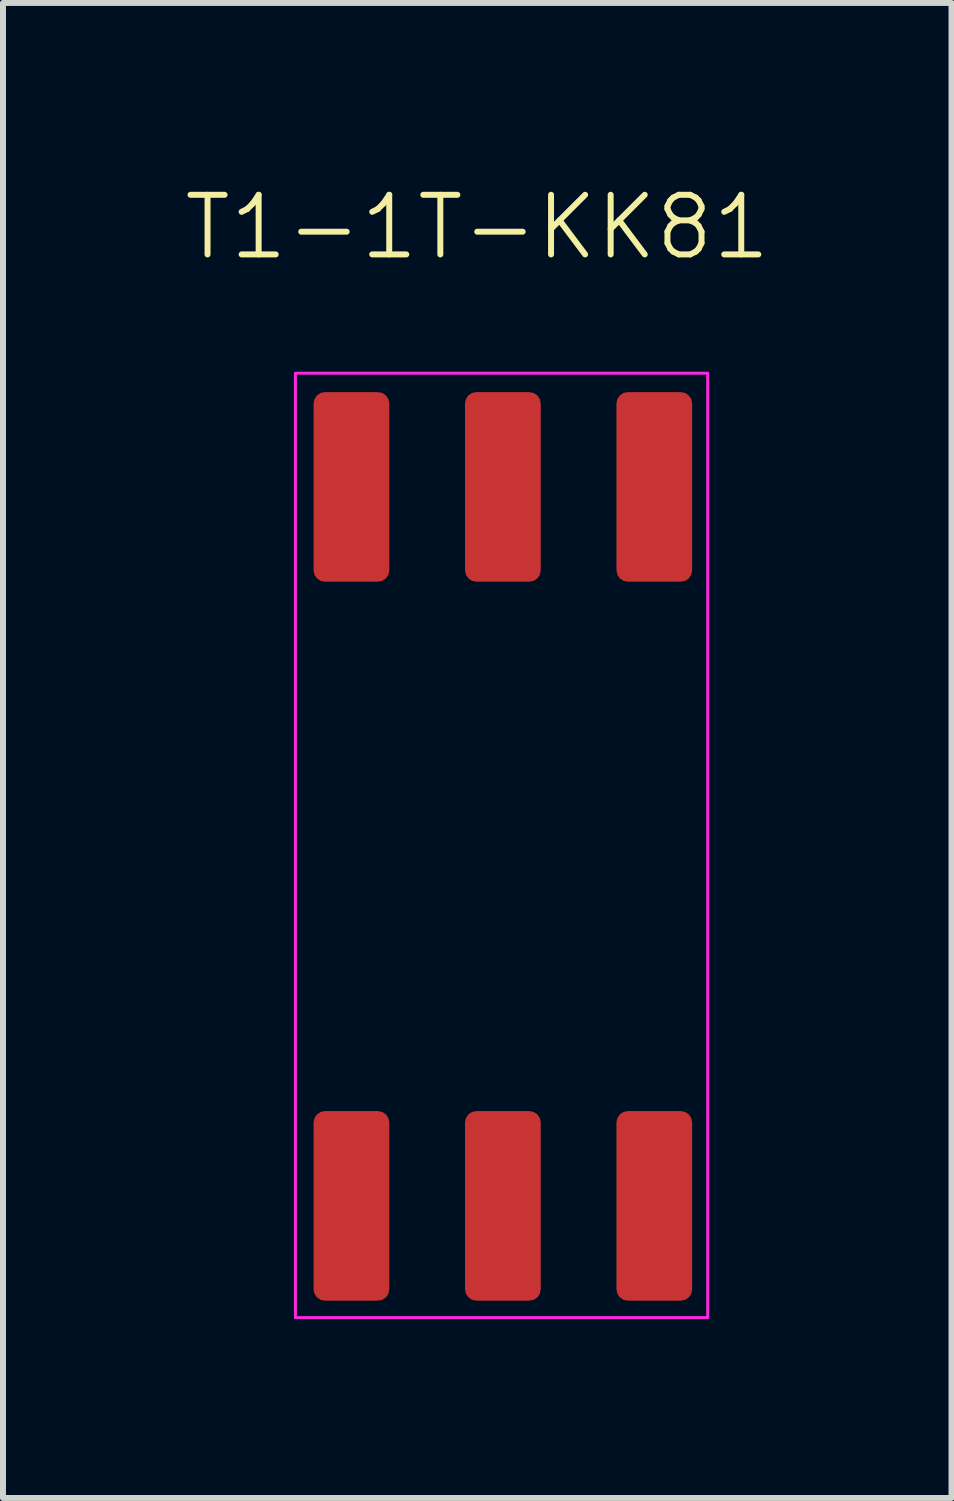
<source format=kicad_pcb>
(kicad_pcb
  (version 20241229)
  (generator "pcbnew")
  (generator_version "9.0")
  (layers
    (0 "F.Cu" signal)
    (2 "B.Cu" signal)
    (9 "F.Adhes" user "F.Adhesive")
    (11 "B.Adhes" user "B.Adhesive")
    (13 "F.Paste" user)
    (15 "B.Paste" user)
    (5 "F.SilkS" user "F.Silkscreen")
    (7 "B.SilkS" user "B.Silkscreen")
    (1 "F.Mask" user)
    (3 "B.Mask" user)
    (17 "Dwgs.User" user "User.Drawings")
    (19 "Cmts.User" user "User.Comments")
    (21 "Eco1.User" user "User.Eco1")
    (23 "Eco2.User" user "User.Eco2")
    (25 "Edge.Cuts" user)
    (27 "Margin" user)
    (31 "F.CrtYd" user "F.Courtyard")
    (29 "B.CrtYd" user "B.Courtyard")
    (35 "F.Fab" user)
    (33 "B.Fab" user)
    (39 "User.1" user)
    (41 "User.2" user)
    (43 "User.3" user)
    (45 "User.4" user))
  (footprint "T1-1T-KK81"
    (layer "F.Cu")
    (at 1.955 3.26)
    (property "Reference" "T1-1T-KK81" (at 3 -2.5 0) (unlocked yes) (layer "F.SilkS") (effects (font (size 1 1) (thickness 0.1))))
    (attr smd)
    (fp_rect (start -0.05 -0.05) (end 6.866 15.791) (stroke (width 0.05) (type solid)) (fill no) (layer "F.CrtYd"))
    (pad "1" smd roundrect (at 0.89 1.857) (size 1.27 3.18) (layers "F.Cu" "F.Mask" "F.Paste") (roundrect_rratio 0.15))
    (pad "2" smd roundrect (at 3.43 1.857) (size 1.27 3.18) (layers "F.Cu" "F.Mask" "F.Paste") (roundrect_rratio 0.15))
    (pad "3" smd roundrect (at 5.97 1.857) (size 1.27 3.18) (layers "F.Cu" "F.Mask" "F.Paste") (roundrect_rratio 0.15))
    (pad "4" smd roundrect (at 5.97 13.917) (size 1.27 3.18) (layers "F.Cu" "F.Mask" "F.Paste") (roundrect_rratio 0.15))
    (pad "5" smd roundrect (at 3.43 13.917) (size 1.27 3.18) (layers "F.Cu" "F.Mask" "F.Paste") (roundrect_rratio 0.15))
    (pad "6" smd roundrect (at 0.89 13.917) (size 1.27 3.18) (layers "F.Cu" "F.Mask" "F.Paste") (roundrect_rratio 0.15)))
  (gr_rect
    (start -3 -3)
    (end 12.91 22.076)
    (stroke (width 0.1) (type default))
    (fill no)
    (layer "Edge.Cuts")))
</source>
